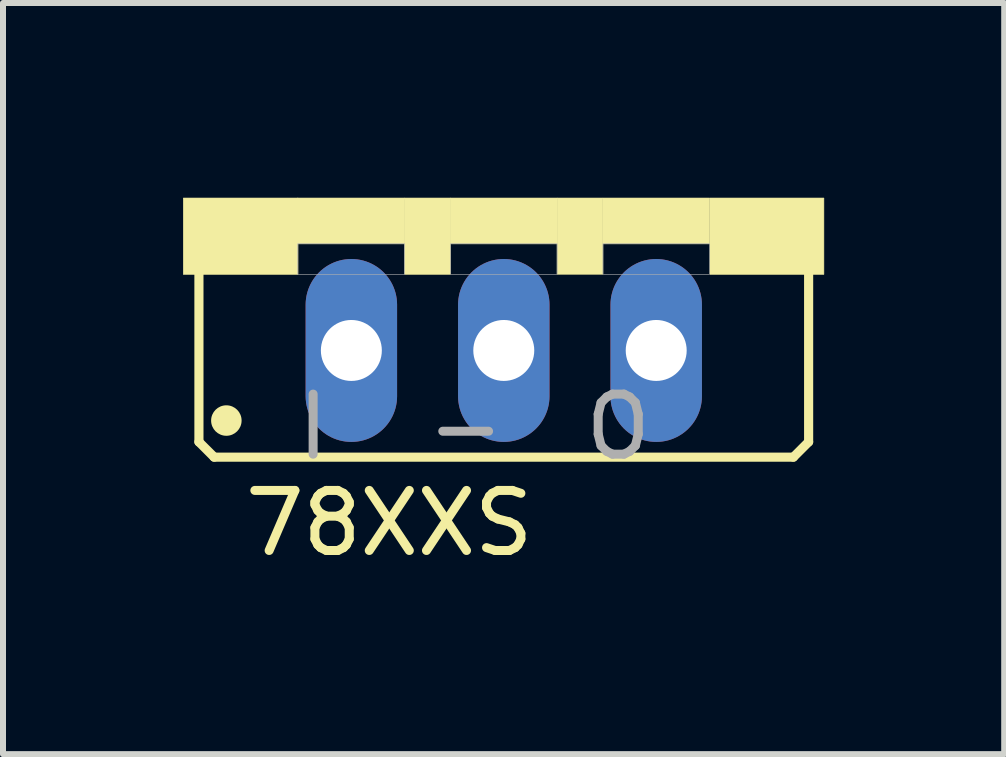
<source format=kicad_pcb>
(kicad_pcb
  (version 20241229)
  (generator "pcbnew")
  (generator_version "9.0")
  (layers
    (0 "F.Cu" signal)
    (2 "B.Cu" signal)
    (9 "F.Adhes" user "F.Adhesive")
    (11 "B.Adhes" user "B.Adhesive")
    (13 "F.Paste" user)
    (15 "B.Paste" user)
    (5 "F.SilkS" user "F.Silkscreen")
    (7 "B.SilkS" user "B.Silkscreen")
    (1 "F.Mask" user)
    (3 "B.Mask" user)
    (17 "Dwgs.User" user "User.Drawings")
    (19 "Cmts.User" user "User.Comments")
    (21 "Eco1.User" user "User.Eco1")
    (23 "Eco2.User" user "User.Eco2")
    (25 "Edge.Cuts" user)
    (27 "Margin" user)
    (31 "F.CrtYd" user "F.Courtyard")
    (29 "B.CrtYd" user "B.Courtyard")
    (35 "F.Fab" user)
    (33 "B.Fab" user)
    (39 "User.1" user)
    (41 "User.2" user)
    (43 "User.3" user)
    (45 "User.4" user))
  (footprint "78XXS"
    (layer "F.Cu")
    (at 5.345 0.25)
    (property "Reference" "78XXS" (at -1.908 5.418 0) (layer "F.SilkS") (effects (font (size 1.001 1.001) (thickness 0.15))))
    (attr through_hole)
    (fp_line (start -5.08 4.064) (end -5.08 1.143) (stroke (width 0.152) (type solid)) (layer "F.SilkS"))
    (fp_line (start -5.08 4.064) (end -4.826 4.318) (stroke (width 0.152) (type solid)) (layer "F.SilkS"))
    (fp_line (start 4.826 4.318) (end -4.826 4.318) (stroke (width 0.152) (type solid)) (layer "F.SilkS"))
    (fp_line (start 4.826 4.318) (end 5.08 4.064) (stroke (width 0.152) (type solid)) (layer "F.SilkS"))
    (fp_line (start 5.08 1.143) (end 5.08 4.064) (stroke (width 0.152) (type solid)) (layer "F.SilkS"))
    (fp_circle (center -4.623 3.708) (end -4.369 3.708) (stroke (width 0) (type solid)) (fill yes) (layer "F.SilkS"))
    (fp_poly (pts (xy -5.34 0) (xy -3.429 0) (xy -3.429 1.272) (xy -5.34 1.272)) (stroke (width 0.01) (type solid)) (fill yes) (layer "F.SilkS"))
    (fp_poly (pts (xy -3.435 0) (xy -1.651 0) (xy -1.651 0.763) (xy -3.435 0.763)) (stroke (width 0.01) (type solid)) (fill yes) (layer "F.SilkS"))
    (fp_poly (pts (xy -1.652 0) (xy -0.889 0) (xy -0.889 1.271) (xy -1.652 1.271)) (stroke (width 0.01) (type solid)) (fill yes) (layer "F.SilkS"))
    (fp_poly (pts (xy -0.891 0) (xy 0.889 0) (xy 0.889 0.763) (xy -0.891 0.763)) (stroke (width 0.01) (type solid)) (fill yes) (layer "F.SilkS"))
    (fp_poly (pts (xy 0.889 0) (xy 1.651 0) (xy 1.651 1.27) (xy 0.889 1.27)) (stroke (width 0.01) (type solid)) (fill yes) (layer "F.SilkS"))
    (fp_poly (pts (xy 1.653 0) (xy 3.429 0) (xy 3.429 0.763) (xy 1.653 0.763)) (stroke (width 0.01) (type solid)) (fill yes) (layer "F.SilkS"))
    (fp_poly (pts (xy 3.436 0) (xy 5.334 0) (xy 5.334 1.272) (xy 3.436 1.272)) (stroke (width 0.01) (type solid)) (fill yes) (layer "F.SilkS"))
    (fp_poly (pts (xy -3.435 0.762) (xy -1.651 0.762) (xy -1.651 1.272) (xy -3.435 1.272)) (stroke (width 0.01) (type solid)) (fill no) (layer "F.Fab"))
    (fp_poly (pts (xy -0.889 0.762) (xy 0.889 0.762) (xy 0.889 1.271) (xy -0.889 1.271)) (stroke (width 0.01) (type solid)) (fill no) (layer "F.Fab"))
    (fp_poly (pts (xy 1.653 0.762) (xy 3.429 0.762) (xy 3.429 1.272) (xy 1.653 1.272)) (stroke (width 0.01) (type solid)) (fill no) (layer "F.Fab"))
    (fp_text user "-" (at -0.635 3.812 0) (layer "F.Fab") (effects (font (size 1.001 1.001) (thickness 0.15))))
    (fp_text user "O" (at 1.907 3.813 0) (layer "F.Fab") (effects (font (size 1.001 1.001) (thickness 0.15))))
    (fp_text user "I" (at -3.177 3.813 0) (layer "F.Fab") (effects (font (size 1.001 1.001) (thickness 0.15))))
    (pad "GND" thru_hole oval (at 0 2.54) (size 1.524 3.048) (drill 1.016) (layers "*.Cu" "*.Mask"))
    (pad "IN" thru_hole oval (at -2.54 2.54) (size 1.524 3.048) (drill 1.016) (layers "*.Cu" "*.Mask"))
    (pad "OUT" thru_hole oval (at 2.54 2.54) (size 1.524 3.048) (drill 1.016) (layers "*.Cu" "*.Mask")))
  (gr_rect
    (start -3 -3)
    (end 13.684 9.517)
    (stroke (width 0.1) (type default))
    (fill no)
    (layer "Edge.Cuts")))
</source>
